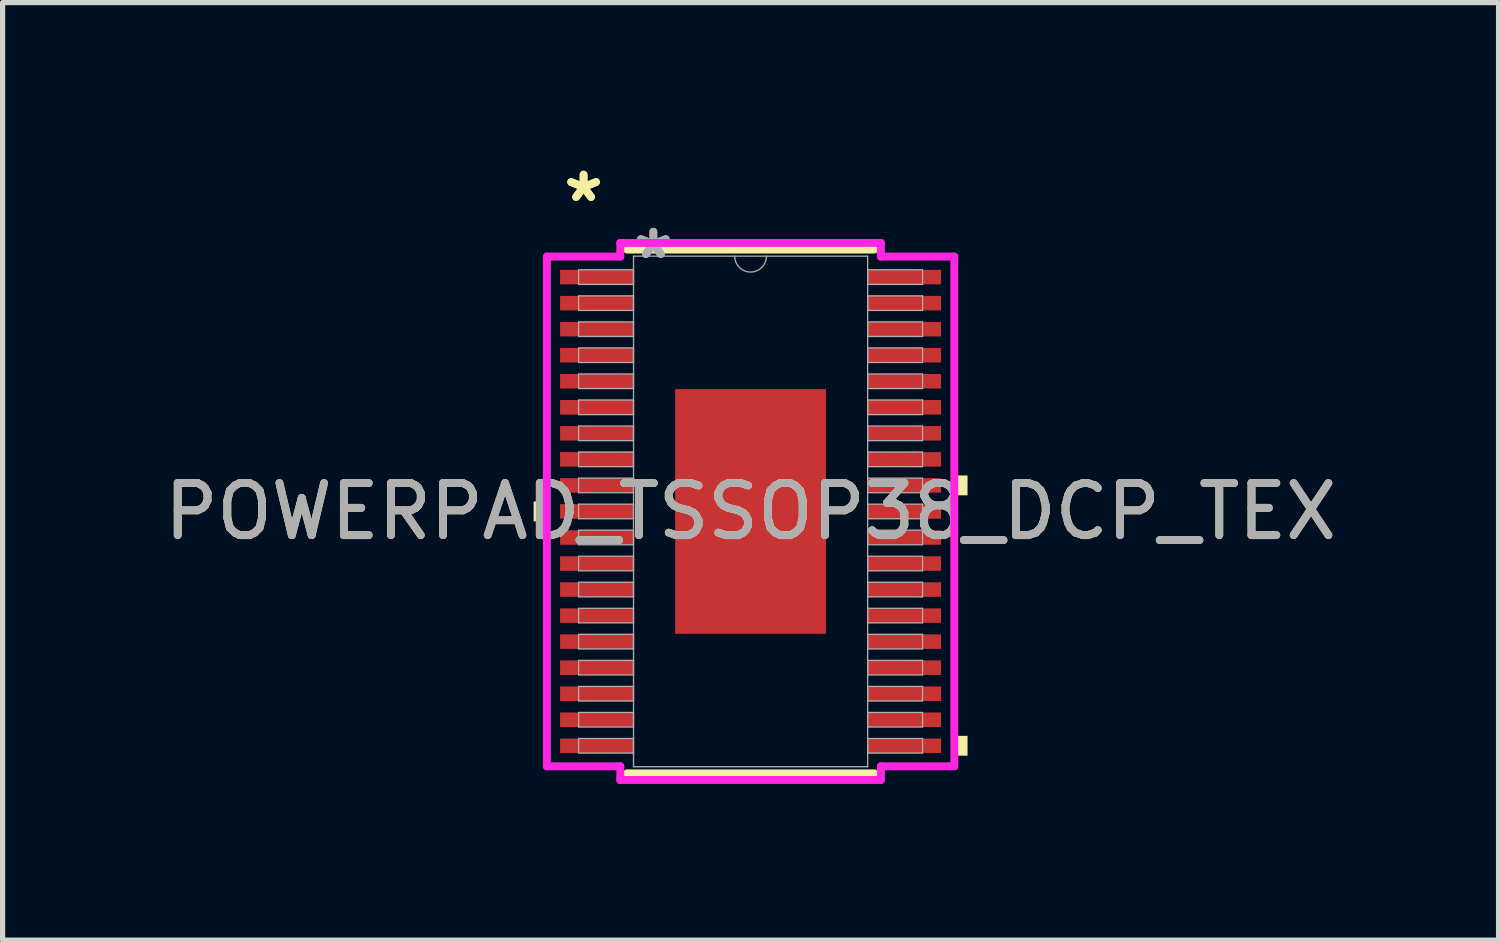
<source format=kicad_pcb>
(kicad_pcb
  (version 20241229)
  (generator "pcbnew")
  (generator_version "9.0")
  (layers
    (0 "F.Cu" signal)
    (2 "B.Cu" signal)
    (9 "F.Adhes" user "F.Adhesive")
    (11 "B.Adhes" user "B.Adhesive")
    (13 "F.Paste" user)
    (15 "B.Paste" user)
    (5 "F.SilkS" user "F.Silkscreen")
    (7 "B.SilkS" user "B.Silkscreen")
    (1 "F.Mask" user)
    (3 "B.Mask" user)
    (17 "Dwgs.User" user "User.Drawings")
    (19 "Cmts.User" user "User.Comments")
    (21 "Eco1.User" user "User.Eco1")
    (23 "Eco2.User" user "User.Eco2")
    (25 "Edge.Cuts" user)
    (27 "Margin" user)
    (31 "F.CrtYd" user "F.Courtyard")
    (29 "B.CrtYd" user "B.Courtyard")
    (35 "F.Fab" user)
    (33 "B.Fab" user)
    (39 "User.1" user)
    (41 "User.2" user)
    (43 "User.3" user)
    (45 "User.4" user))
  (footprint "POWERPAD_TSSOP38_DCP_TEX"
    (layer "F.Cu")
    (at 11.363 6.771)
    (property "Reference" "POWERPAD_TSSOP38_DCP_TEX" (at 0 0 0) (unlocked yes) (layer "F.SilkS") (effects (font (size 1 1) (thickness 0.15))))
    (attr smd)
    (fp_line (start -2.375 5.029) (end 2.375 5.029) (stroke (width 0.152) (type solid)) (layer "F.SilkS"))
    (fp_line (start 2.375 -5.029) (end -2.375 -5.029) (stroke (width 0.152) (type solid)) (layer "F.SilkS"))
    (fp_poly (pts (xy -4.166 -0.191) (xy -4.166 0.191) (xy -3.912 0.191) (xy -3.912 -0.191)) (stroke (width 0) (type solid)) (fill yes) (layer "F.SilkS"))
    (fp_poly (pts (xy 4.166 -0.691) (xy 4.166 -0.31) (xy 3.912 -0.31) (xy 3.912 -0.691)) (stroke (width 0) (type solid)) (fill yes) (layer "F.SilkS"))
    (fp_poly (pts (xy 4.166 4.309) (xy 4.166 4.69) (xy 3.912 4.69) (xy 3.912 4.309)) (stroke (width 0) (type solid)) (fill yes) (layer "F.SilkS"))
    (fp_poly (pts (xy -1.348 -2.249) (xy -1.348 -0.883) (xy -0.1 -0.883) (xy -0.1 -2.249)) (stroke (width 0) (type solid)) (fill yes) (layer "F.Paste"))
    (fp_poly (pts (xy -1.348 -0.683) (xy -1.348 0.683) (xy -0.1 0.683) (xy -0.1 -0.683)) (stroke (width 0) (type solid)) (fill yes) (layer "F.Paste"))
    (fp_poly (pts (xy -1.348 0.883) (xy -1.348 2.249) (xy -0.1 2.249) (xy -0.1 0.883)) (stroke (width 0) (type solid)) (fill yes) (layer "F.Paste"))
    (fp_poly (pts (xy 0.1 -2.249) (xy 0.1 -0.883) (xy 1.348 -0.883) (xy 1.348 -2.249)) (stroke (width 0) (type solid)) (fill yes) (layer "F.Paste"))
    (fp_poly (pts (xy 0.1 -0.683) (xy 0.1 0.683) (xy 1.348 0.683) (xy 1.348 -0.683)) (stroke (width 0) (type solid)) (fill yes) (layer "F.Paste"))
    (fp_poly (pts (xy 0.1 0.883) (xy 0.1 2.249) (xy 1.348 2.249) (xy 1.348 0.883)) (stroke (width 0) (type solid)) (fill yes) (layer "F.Paste"))
    (fp_line (start -3.912 -4.894) (end -2.502 -4.894) (stroke (width 0.152) (type solid)) (layer "F.CrtYd"))
    (fp_line (start -3.912 4.894) (end -3.912 -4.894) (stroke (width 0.152) (type solid)) (layer "F.CrtYd"))
    (fp_line (start -3.912 4.894) (end -2.502 4.894) (stroke (width 0.152) (type solid)) (layer "F.CrtYd"))
    (fp_line (start -2.502 -5.156) (end 2.502 -5.156) (stroke (width 0.152) (type solid)) (layer "F.CrtYd"))
    (fp_line (start -2.502 -4.894) (end -2.502 -5.156) (stroke (width 0.152) (type solid)) (layer "F.CrtYd"))
    (fp_line (start -2.502 5.156) (end -2.502 4.894) (stroke (width 0.152) (type solid)) (layer "F.CrtYd"))
    (fp_line (start 2.502 -5.156) (end 2.502 -4.894) (stroke (width 0.152) (type solid)) (layer "F.CrtYd"))
    (fp_line (start 2.502 4.894) (end 2.502 5.156) (stroke (width 0.152) (type solid)) (layer "F.CrtYd"))
    (fp_line (start 2.502 5.156) (end -2.502 5.156) (stroke (width 0.152) (type solid)) (layer "F.CrtYd"))
    (fp_line (start 3.912 -4.894) (end 2.502 -4.894) (stroke (width 0.152) (type solid)) (layer "F.CrtYd"))
    (fp_line (start 3.912 -4.894) (end 3.912 4.894) (stroke (width 0.152) (type solid)) (layer "F.CrtYd"))
    (fp_line (start 3.912 4.894) (end 2.502 4.894) (stroke (width 0.152) (type solid)) (layer "F.CrtYd"))
    (fp_line (start -3.302 -4.64) (end -3.302 -4.36) (stroke (width 0.025) (type solid)) (layer "F.Fab"))
    (fp_line (start -3.302 -4.36) (end -2.248 -4.36) (stroke (width 0.025) (type solid)) (layer "F.Fab"))
    (fp_line (start -3.302 -4.14) (end -3.302 -3.86) (stroke (width 0.025) (type solid)) (layer "F.Fab"))
    (fp_line (start -3.302 -3.86) (end -2.248 -3.86) (stroke (width 0.025) (type solid)) (layer "F.Fab"))
    (fp_line (start -3.302 -3.64) (end -3.302 -3.36) (stroke (width 0.025) (type solid)) (layer "F.Fab"))
    (fp_line (start -3.302 -3.36) (end -2.248 -3.36) (stroke (width 0.025) (type solid)) (layer "F.Fab"))
    (fp_line (start -3.302 -3.14) (end -3.302 -2.86) (stroke (width 0.025) (type solid)) (layer "F.Fab"))
    (fp_line (start -3.302 -2.86) (end -2.248 -2.86) (stroke (width 0.025) (type solid)) (layer "F.Fab"))
    (fp_line (start -3.302 -2.64) (end -3.302 -2.36) (stroke (width 0.025) (type solid)) (layer "F.Fab"))
    (fp_line (start -3.302 -2.36) (end -2.248 -2.36) (stroke (width 0.025) (type solid)) (layer "F.Fab"))
    (fp_line (start -3.302 -2.14) (end -3.302 -1.86) (stroke (width 0.025) (type solid)) (layer "F.Fab"))
    (fp_line (start -3.302 -1.86) (end -2.248 -1.86) (stroke (width 0.025) (type solid)) (layer "F.Fab"))
    (fp_line (start -3.302 -1.64) (end -3.302 -1.36) (stroke (width 0.025) (type solid)) (layer "F.Fab"))
    (fp_line (start -3.302 -1.36) (end -2.248 -1.36) (stroke (width 0.025) (type solid)) (layer "F.Fab"))
    (fp_line (start -3.302 -1.14) (end -3.302 -0.86) (stroke (width 0.025) (type solid)) (layer "F.Fab"))
    (fp_line (start -3.302 -0.86) (end -2.248 -0.86) (stroke (width 0.025) (type solid)) (layer "F.Fab"))
    (fp_line (start -3.302 -0.64) (end -3.302 -0.36) (stroke (width 0.025) (type solid)) (layer "F.Fab"))
    (fp_line (start -3.302 -0.36) (end -2.248 -0.36) (stroke (width 0.025) (type solid)) (layer "F.Fab"))
    (fp_line (start -3.302 -0.14) (end -3.302 0.14) (stroke (width 0.025) (type solid)) (layer "F.Fab"))
    (fp_line (start -3.302 0.14) (end -2.248 0.14) (stroke (width 0.025) (type solid)) (layer "F.Fab"))
    (fp_line (start -3.302 0.36) (end -3.302 0.64) (stroke (width 0.025) (type solid)) (layer "F.Fab"))
    (fp_line (start -3.302 0.64) (end -2.248 0.64) (stroke (width 0.025) (type solid)) (layer "F.Fab"))
    (fp_line (start -3.302 0.86) (end -3.302 1.14) (stroke (width 0.025) (type solid)) (layer "F.Fab"))
    (fp_line (start -3.302 1.14) (end -2.248 1.14) (stroke (width 0.025) (type solid)) (layer "F.Fab"))
    (fp_line (start -3.302 1.36) (end -3.302 1.64) (stroke (width 0.025) (type solid)) (layer "F.Fab"))
    (fp_line (start -3.302 1.64) (end -2.248 1.64) (stroke (width 0.025) (type solid)) (layer "F.Fab"))
    (fp_line (start -3.302 1.86) (end -3.302 2.14) (stroke (width 0.025) (type solid)) (layer "F.Fab"))
    (fp_line (start -3.302 2.14) (end -2.248 2.14) (stroke (width 0.025) (type solid)) (layer "F.Fab"))
    (fp_line (start -3.302 2.36) (end -3.302 2.64) (stroke (width 0.025) (type solid)) (layer "F.Fab"))
    (fp_line (start -3.302 2.64) (end -2.248 2.64) (stroke (width 0.025) (type solid)) (layer "F.Fab"))
    (fp_line (start -3.302 2.86) (end -3.302 3.14) (stroke (width 0.025) (type solid)) (layer "F.Fab"))
    (fp_line (start -3.302 3.14) (end -2.248 3.14) (stroke (width 0.025) (type solid)) (layer "F.Fab"))
    (fp_line (start -3.302 3.36) (end -3.302 3.64) (stroke (width 0.025) (type solid)) (layer "F.Fab"))
    (fp_line (start -3.302 3.64) (end -2.248 3.64) (stroke (width 0.025) (type solid)) (layer "F.Fab"))
    (fp_line (start -3.302 3.86) (end -3.302 4.14) (stroke (width 0.025) (type solid)) (layer "F.Fab"))
    (fp_line (start -3.302 4.14) (end -2.248 4.14) (stroke (width 0.025) (type solid)) (layer "F.Fab"))
    (fp_line (start -3.302 4.36) (end -3.302 4.64) (stroke (width 0.025) (type solid)) (layer "F.Fab"))
    (fp_line (start -3.302 4.64) (end -2.248 4.64) (stroke (width 0.025) (type solid)) (layer "F.Fab"))
    (fp_line (start -2.248 -4.902) (end -2.248 4.902) (stroke (width 0.025) (type solid)) (layer "F.Fab"))
    (fp_line (start -2.248 -4.64) (end -3.302 -4.64) (stroke (width 0.025) (type solid)) (layer "F.Fab"))
    (fp_line (start -2.248 -4.36) (end -2.248 -4.64) (stroke (width 0.025) (type solid)) (layer "F.Fab"))
    (fp_line (start -2.248 -4.14) (end -3.302 -4.14) (stroke (width 0.025) (type solid)) (layer "F.Fab"))
    (fp_line (start -2.248 -3.86) (end -2.248 -4.14) (stroke (width 0.025) (type solid)) (layer "F.Fab"))
    (fp_line (start -2.248 -3.64) (end -3.302 -3.64) (stroke (width 0.025) (type solid)) (layer "F.Fab"))
    (fp_line (start -2.248 -3.36) (end -2.248 -3.64) (stroke (width 0.025) (type solid)) (layer "F.Fab"))
    (fp_line (start -2.248 -3.14) (end -3.302 -3.14) (stroke (width 0.025) (type solid)) (layer "F.Fab"))
    (fp_line (start -2.248 -2.86) (end -2.248 -3.14) (stroke (width 0.025) (type solid)) (layer "F.Fab"))
    (fp_line (start -2.248 -2.64) (end -3.302 -2.64) (stroke (width 0.025) (type solid)) (layer "F.Fab"))
    (fp_line (start -2.248 -2.36) (end -2.248 -2.64) (stroke (width 0.025) (type solid)) (layer "F.Fab"))
    (fp_line (start -2.248 -2.14) (end -3.302 -2.14) (stroke (width 0.025) (type solid)) (layer "F.Fab"))
    (fp_line (start -2.248 -1.86) (end -2.248 -2.14) (stroke (width 0.025) (type solid)) (layer "F.Fab"))
    (fp_line (start -2.248 -1.64) (end -3.302 -1.64) (stroke (width 0.025) (type solid)) (layer "F.Fab"))
    (fp_line (start -2.248 -1.36) (end -2.248 -1.64) (stroke (width 0.025) (type solid)) (layer "F.Fab"))
    (fp_line (start -2.248 -1.14) (end -3.302 -1.14) (stroke (width 0.025) (type solid)) (layer "F.Fab"))
    (fp_line (start -2.248 -0.86) (end -2.248 -1.14) (stroke (width 0.025) (type solid)) (layer "F.Fab"))
    (fp_line (start -2.248 -0.64) (end -3.302 -0.64) (stroke (width 0.025) (type solid)) (layer "F.Fab"))
    (fp_line (start -2.248 -0.36) (end -2.248 -0.64) (stroke (width 0.025) (type solid)) (layer "F.Fab"))
    (fp_line (start -2.248 -0.14) (end -3.302 -0.14) (stroke (width 0.025) (type solid)) (layer "F.Fab"))
    (fp_line (start -2.248 0.14) (end -2.248 -0.14) (stroke (width 0.025) (type solid)) (layer "F.Fab"))
    (fp_line (start -2.248 0.36) (end -3.302 0.36) (stroke (width 0.025) (type solid)) (layer "F.Fab"))
    (fp_line (start -2.248 0.64) (end -2.248 0.36) (stroke (width 0.025) (type solid)) (layer "F.Fab"))
    (fp_line (start -2.248 0.86) (end -3.302 0.86) (stroke (width 0.025) (type solid)) (layer "F.Fab"))
    (fp_line (start -2.248 1.14) (end -2.248 0.86) (stroke (width 0.025) (type solid)) (layer "F.Fab"))
    (fp_line (start -2.248 1.36) (end -3.302 1.36) (stroke (width 0.025) (type solid)) (layer "F.Fab"))
    (fp_line (start -2.248 1.64) (end -2.248 1.36) (stroke (width 0.025) (type solid)) (layer "F.Fab"))
    (fp_line (start -2.248 1.86) (end -3.302 1.86) (stroke (width 0.025) (type solid)) (layer "F.Fab"))
    (fp_line (start -2.248 2.14) (end -2.248 1.86) (stroke (width 0.025) (type solid)) (layer "F.Fab"))
    (fp_line (start -2.248 2.36) (end -3.302 2.36) (stroke (width 0.025) (type solid)) (layer "F.Fab"))
    (fp_line (start -2.248 2.64) (end -2.248 2.36) (stroke (width 0.025) (type solid)) (layer "F.Fab"))
    (fp_line (start -2.248 2.86) (end -3.302 2.86) (stroke (width 0.025) (type solid)) (layer "F.Fab"))
    (fp_line (start -2.248 3.14) (end -2.248 2.86) (stroke (width 0.025) (type solid)) (layer "F.Fab"))
    (fp_line (start -2.248 3.36) (end -3.302 3.36) (stroke (width 0.025) (type solid)) (layer "F.Fab"))
    (fp_line (start -2.248 3.64) (end -2.248 3.36) (stroke (width 0.025) (type solid)) (layer "F.Fab"))
    (fp_line (start -2.248 3.86) (end -3.302 3.86) (stroke (width 0.025) (type solid)) (layer "F.Fab"))
    (fp_line (start -2.248 4.14) (end -2.248 3.86) (stroke (width 0.025) (type solid)) (layer "F.Fab"))
    (fp_line (start -2.248 4.36) (end -3.302 4.36) (stroke (width 0.025) (type solid)) (layer "F.Fab"))
    (fp_line (start -2.248 4.64) (end -2.248 4.36) (stroke (width 0.025) (type solid)) (layer "F.Fab"))
    (fp_line (start -2.248 4.902) (end 2.248 4.902) (stroke (width 0.025) (type solid)) (layer "F.Fab"))
    (fp_line (start 2.248 -4.902) (end -2.248 -4.902) (stroke (width 0.025) (type solid)) (layer "F.Fab"))
    (fp_line (start 2.248 -4.64) (end 2.248 -4.36) (stroke (width 0.025) (type solid)) (layer "F.Fab"))
    (fp_line (start 2.248 -4.36) (end 3.302 -4.36) (stroke (width 0.025) (type solid)) (layer "F.Fab"))
    (fp_line (start 2.248 -4.14) (end 2.248 -3.86) (stroke (width 0.025) (type solid)) (layer "F.Fab"))
    (fp_line (start 2.248 -3.86) (end 3.302 -3.86) (stroke (width 0.025) (type solid)) (layer "F.Fab"))
    (fp_line (start 2.248 -3.64) (end 2.248 -3.36) (stroke (width 0.025) (type solid)) (layer "F.Fab"))
    (fp_line (start 2.248 -3.36) (end 3.302 -3.36) (stroke (width 0.025) (type solid)) (layer "F.Fab"))
    (fp_line (start 2.248 -3.14) (end 2.248 -2.86) (stroke (width 0.025) (type solid)) (layer "F.Fab"))
    (fp_line (start 2.248 -2.86) (end 3.302 -2.86) (stroke (width 0.025) (type solid)) (layer "F.Fab"))
    (fp_line (start 2.248 -2.64) (end 2.248 -2.36) (stroke (width 0.025) (type solid)) (layer "F.Fab"))
    (fp_line (start 2.248 -2.36) (end 3.302 -2.36) (stroke (width 0.025) (type solid)) (layer "F.Fab"))
    (fp_line (start 2.248 -2.14) (end 2.248 -1.86) (stroke (width 0.025) (type solid)) (layer "F.Fab"))
    (fp_line (start 2.248 -1.86) (end 3.302 -1.86) (stroke (width 0.025) (type solid)) (layer "F.Fab"))
    (fp_line (start 2.248 -1.64) (end 2.248 -1.36) (stroke (width 0.025) (type solid)) (layer "F.Fab"))
    (fp_line (start 2.248 -1.36) (end 3.302 -1.36) (stroke (width 0.025) (type solid)) (layer "F.Fab"))
    (fp_line (start 2.248 -1.14) (end 2.248 -0.86) (stroke (width 0.025) (type solid)) (layer "F.Fab"))
    (fp_line (start 2.248 -0.86) (end 3.302 -0.86) (stroke (width 0.025) (type solid)) (layer "F.Fab"))
    (fp_line (start 2.248 -0.64) (end 2.248 -0.36) (stroke (width 0.025) (type solid)) (layer "F.Fab"))
    (fp_line (start 2.248 -0.36) (end 3.302 -0.36) (stroke (width 0.025) (type solid)) (layer "F.Fab"))
    (fp_line (start 2.248 -0.14) (end 2.248 0.14) (stroke (width 0.025) (type solid)) (layer "F.Fab"))
    (fp_line (start 2.248 0.14) (end 3.302 0.14) (stroke (width 0.025) (type solid)) (layer "F.Fab"))
    (fp_line (start 2.248 0.36) (end 2.248 0.64) (stroke (width 0.025) (type solid)) (layer "F.Fab"))
    (fp_line (start 2.248 0.64) (end 3.302 0.64) (stroke (width 0.025) (type solid)) (layer "F.Fab"))
    (fp_line (start 2.248 0.86) (end 2.248 1.14) (stroke (width 0.025) (type solid)) (layer "F.Fab"))
    (fp_line (start 2.248 1.14) (end 3.302 1.14) (stroke (width 0.025) (type solid)) (layer "F.Fab"))
    (fp_line (start 2.248 1.36) (end 2.248 1.64) (stroke (width 0.025) (type solid)) (layer "F.Fab"))
    (fp_line (start 2.248 1.64) (end 3.302 1.64) (stroke (width 0.025) (type solid)) (layer "F.Fab"))
    (fp_line (start 2.248 1.86) (end 2.248 2.14) (stroke (width 0.025) (type solid)) (layer "F.Fab"))
    (fp_line (start 2.248 2.14) (end 3.302 2.14) (stroke (width 0.025) (type solid)) (layer "F.Fab"))
    (fp_line (start 2.248 2.36) (end 2.248 2.64) (stroke (width 0.025) (type solid)) (layer "F.Fab"))
    (fp_line (start 2.248 2.64) (end 3.302 2.64) (stroke (width 0.025) (type solid)) (layer "F.Fab"))
    (fp_line (start 2.248 2.86) (end 2.248 3.14) (stroke (width 0.025) (type solid)) (layer "F.Fab"))
    (fp_line (start 2.248 3.14) (end 3.302 3.14) (stroke (width 0.025) (type solid)) (layer "F.Fab"))
    (fp_line (start 2.248 3.36) (end 2.248 3.64) (stroke (width 0.025) (type solid)) (layer "F.Fab"))
    (fp_line (start 2.248 3.64) (end 3.302 3.64) (stroke (width 0.025) (type solid)) (layer "F.Fab"))
    (fp_line (start 2.248 3.86) (end 2.248 4.14) (stroke (width 0.025) (type solid)) (layer "F.Fab"))
    (fp_line (start 2.248 4.14) (end 3.302 4.14) (stroke (width 0.025) (type solid)) (layer "F.Fab"))
    (fp_line (start 2.248 4.36) (end 2.248 4.64) (stroke (width 0.025) (type solid)) (layer "F.Fab"))
    (fp_line (start 2.248 4.64) (end 3.302 4.64) (stroke (width 0.025) (type solid)) (layer "F.Fab"))
    (fp_line (start 2.248 4.902) (end 2.248 -4.902) (stroke (width 0.025) (type solid)) (layer "F.Fab"))
    (fp_line (start 3.302 -4.64) (end 2.248 -4.64) (stroke (width 0.025) (type solid)) (layer "F.Fab"))
    (fp_line (start 3.302 -4.36) (end 3.302 -4.64) (stroke (width 0.025) (type solid)) (layer "F.Fab"))
    (fp_line (start 3.302 -4.14) (end 2.248 -4.14) (stroke (width 0.025) (type solid)) (layer "F.Fab"))
    (fp_line (start 3.302 -3.86) (end 3.302 -4.14) (stroke (width 0.025) (type solid)) (layer "F.Fab"))
    (fp_line (start 3.302 -3.64) (end 2.248 -3.64) (stroke (width 0.025) (type solid)) (layer "F.Fab"))
    (fp_line (start 3.302 -3.36) (end 3.302 -3.64) (stroke (width 0.025) (type solid)) (layer "F.Fab"))
    (fp_line (start 3.302 -3.14) (end 2.248 -3.14) (stroke (width 0.025) (type solid)) (layer "F.Fab"))
    (fp_line (start 3.302 -2.86) (end 3.302 -3.14) (stroke (width 0.025) (type solid)) (layer "F.Fab"))
    (fp_line (start 3.302 -2.64) (end 2.248 -2.64) (stroke (width 0.025) (type solid)) (layer "F.Fab"))
    (fp_line (start 3.302 -2.36) (end 3.302 -2.64) (stroke (width 0.025) (type solid)) (layer "F.Fab"))
    (fp_line (start 3.302 -2.14) (end 2.248 -2.14) (stroke (width 0.025) (type solid)) (layer "F.Fab"))
    (fp_line (start 3.302 -1.86) (end 3.302 -2.14) (stroke (width 0.025) (type solid)) (layer "F.Fab"))
    (fp_line (start 3.302 -1.64) (end 2.248 -1.64) (stroke (width 0.025) (type solid)) (layer "F.Fab"))
    (fp_line (start 3.302 -1.36) (end 3.302 -1.64) (stroke (width 0.025) (type solid)) (layer "F.Fab"))
    (fp_line (start 3.302 -1.14) (end 2.248 -1.14) (stroke (width 0.025) (type solid)) (layer "F.Fab"))
    (fp_line (start 3.302 -0.86) (end 3.302 -1.14) (stroke (width 0.025) (type solid)) (layer "F.Fab"))
    (fp_line (start 3.302 -0.64) (end 2.248 -0.64) (stroke (width 0.025) (type solid)) (layer "F.Fab"))
    (fp_line (start 3.302 -0.36) (end 3.302 -0.64) (stroke (width 0.025) (type solid)) (layer "F.Fab"))
    (fp_line (start 3.302 -0.14) (end 2.248 -0.14) (stroke (width 0.025) (type solid)) (layer "F.Fab"))
    (fp_line (start 3.302 0.14) (end 3.302 -0.14) (stroke (width 0.025) (type solid)) (layer "F.Fab"))
    (fp_line (start 3.302 0.36) (end 2.248 0.36) (stroke (width 0.025) (type solid)) (layer "F.Fab"))
    (fp_line (start 3.302 0.64) (end 3.302 0.36) (stroke (width 0.025) (type solid)) (layer "F.Fab"))
    (fp_line (start 3.302 0.86) (end 2.248 0.86) (stroke (width 0.025) (type solid)) (layer "F.Fab"))
    (fp_line (start 3.302 1.14) (end 3.302 0.86) (stroke (width 0.025) (type solid)) (layer "F.Fab"))
    (fp_line (start 3.302 1.36) (end 2.248 1.36) (stroke (width 0.025) (type solid)) (layer "F.Fab"))
    (fp_line (start 3.302 1.64) (end 3.302 1.36) (stroke (width 0.025) (type solid)) (layer "F.Fab"))
    (fp_line (start 3.302 1.86) (end 2.248 1.86) (stroke (width 0.025) (type solid)) (layer "F.Fab"))
    (fp_line (start 3.302 2.14) (end 3.302 1.86) (stroke (width 0.025) (type solid)) (layer "F.Fab"))
    (fp_line (start 3.302 2.36) (end 2.248 2.36) (stroke (width 0.025) (type solid)) (layer "F.Fab"))
    (fp_line (start 3.302 2.64) (end 3.302 2.36) (stroke (width 0.025) (type solid)) (layer "F.Fab"))
    (fp_line (start 3.302 2.86) (end 2.248 2.86) (stroke (width 0.025) (type solid)) (layer "F.Fab"))
    (fp_line (start 3.302 3.14) (end 3.302 2.86) (stroke (width 0.025) (type solid)) (layer "F.Fab"))
    (fp_line (start 3.302 3.36) (end 2.248 3.36) (stroke (width 0.025) (type solid)) (layer "F.Fab"))
    (fp_line (start 3.302 3.64) (end 3.302 3.36) (stroke (width 0.025) (type solid)) (layer "F.Fab"))
    (fp_line (start 3.302 3.86) (end 2.248 3.86) (stroke (width 0.025) (type solid)) (layer "F.Fab"))
    (fp_line (start 3.302 4.14) (end 3.302 3.86) (stroke (width 0.025) (type solid)) (layer "F.Fab"))
    (fp_line (start 3.302 4.36) (end 2.248 4.36) (stroke (width 0.025) (type solid)) (layer "F.Fab"))
    (fp_line (start 3.302 4.64) (end 3.302 4.36) (stroke (width 0.025) (type solid)) (layer "F.Fab"))
    (fp_arc (start 0.3048 -4.9022) (mid 0 -4.5974) (end -0.3048 -4.9022) (stroke (width 0.0254) (type solid)) (layer "F.Fab"))
    (fp_text user "*" (at -3.207 -5.922 0) (layer "F.SilkS") (effects (font (size 1 1) (thickness 0.15))))
    (fp_text user "*" (at -3.207 -5.922 0) (unlocked yes) (layer "F.SilkS") (effects (font (size 1 1) (thickness 0.15))))
    (fp_text user "*" (at -1.867 -4.826 0) (layer "F.Fab") (effects (font (size 1 1) (thickness 0.15))))
    (fp_text user "*" (at -1.867 -4.826 0) (unlocked yes) (layer "F.Fab") (effects (font (size 1 1) (thickness 0.15))))
    (fp_text user "${REFERENCE}" (at 0 0 0) (unlocked yes) (layer "F.Fab") (effects (font (size 1 1) (thickness 0.15))))
    (pad "1" smd rect (at -2.953 -4.5) (size 1.41 0.279) (layers "F.Cu" "F.Mask" "F.Paste"))
    (pad "2" smd rect (at -2.953 -4) (size 1.41 0.279) (layers "F.Cu" "F.Mask" "F.Paste"))
    (pad "3" smd rect (at -2.953 -3.5) (size 1.41 0.279) (layers "F.Cu" "F.Mask" "F.Paste"))
    (pad "4" smd rect (at -2.953 -3) (size 1.41 0.279) (layers "F.Cu" "F.Mask" "F.Paste"))
    (pad "5" smd rect (at -2.953 -2.5) (size 1.41 0.279) (layers "F.Cu" "F.Mask" "F.Paste"))
    (pad "6" smd rect (at -2.953 -2) (size 1.41 0.279) (layers "F.Cu" "F.Mask" "F.Paste"))
    (pad "7" smd rect (at -2.953 -1.5) (size 1.41 0.279) (layers "F.Cu" "F.Mask" "F.Paste"))
    (pad "8" smd rect (at -2.953 -1) (size 1.41 0.279) (layers "F.Cu" "F.Mask" "F.Paste"))
    (pad "9" smd rect (at -2.953 -0.5) (size 1.41 0.279) (layers "F.Cu" "F.Mask" "F.Paste"))
    (pad "10" smd rect (at -2.953 0) (size 1.41 0.279) (layers "F.Cu" "F.Mask" "F.Paste"))
    (pad "11" smd rect (at -2.953 0.5) (size 1.41 0.279) (layers "F.Cu" "F.Mask" "F.Paste"))
    (pad "12" smd rect (at -2.953 1) (size 1.41 0.279) (layers "F.Cu" "F.Mask" "F.Paste"))
    (pad "13" smd rect (at -2.953 1.5) (size 1.41 0.279) (layers "F.Cu" "F.Mask" "F.Paste"))
    (pad "14" smd rect (at -2.953 2) (size 1.41 0.279) (layers "F.Cu" "F.Mask" "F.Paste"))
    (pad "15" smd rect (at -2.953 2.5) (size 1.41 0.279) (layers "F.Cu" "F.Mask" "F.Paste"))
    (pad "16" smd rect (at -2.953 3) (size 1.41 0.279) (layers "F.Cu" "F.Mask" "F.Paste"))
    (pad "17" smd rect (at -2.953 3.5) (size 1.41 0.279) (layers "F.Cu" "F.Mask" "F.Paste"))
    (pad "18" smd rect (at -2.953 4) (size 1.41 0.279) (layers "F.Cu" "F.Mask" "F.Paste"))
    (pad "19" smd rect (at -2.953 4.5) (size 1.41 0.279) (layers "F.Cu" "F.Mask" "F.Paste"))
    (pad "20" smd rect (at 2.953 4.5) (size 1.41 0.279) (layers "F.Cu" "F.Mask" "F.Paste"))
    (pad "21" smd rect (at 2.953 4) (size 1.41 0.279) (layers "F.Cu" "F.Mask" "F.Paste"))
    (pad "22" smd rect (at 2.953 3.5) (size 1.41 0.279) (layers "F.Cu" "F.Mask" "F.Paste"))
    (pad "23" smd rect (at 2.953 3) (size 1.41 0.279) (layers "F.Cu" "F.Mask" "F.Paste"))
    (pad "24" smd rect (at 2.953 2.5) (size 1.41 0.279) (layers "F.Cu" "F.Mask" "F.Paste"))
    (pad "25" smd rect (at 2.953 2) (size 1.41 0.279) (layers "F.Cu" "F.Mask" "F.Paste"))
    (pad "26" smd rect (at 2.953 1.5) (size 1.41 0.279) (layers "F.Cu" "F.Mask" "F.Paste"))
    (pad "27" smd rect (at 2.953 1) (size 1.41 0.279) (layers "F.Cu" "F.Mask" "F.Paste"))
    (pad "28" smd rect (at 2.953 0.5) (size 1.41 0.279) (layers "F.Cu" "F.Mask" "F.Paste"))
    (pad "29" smd rect (at 2.953 0) (size 1.41 0.279) (layers "F.Cu" "F.Mask" "F.Paste"))
    (pad "30" smd rect (at 2.953 -0.5) (size 1.41 0.279) (layers "F.Cu" "F.Mask" "F.Paste"))
    (pad "31" smd rect (at 2.953 -1) (size 1.41 0.279) (layers "F.Cu" "F.Mask" "F.Paste"))
    (pad "32" smd rect (at 2.953 -1.5) (size 1.41 0.279) (layers "F.Cu" "F.Mask" "F.Paste"))
    (pad "33" smd rect (at 2.953 -2) (size 1.41 0.279) (layers "F.Cu" "F.Mask" "F.Paste"))
    (pad "34" smd rect (at 2.953 -2.5) (size 1.41 0.279) (layers "F.Cu" "F.Mask" "F.Paste"))
    (pad "35" smd rect (at 2.953 -3) (size 1.41 0.279) (layers "F.Cu" "F.Mask" "F.Paste"))
    (pad "36" smd rect (at 2.953 -3.5) (size 1.41 0.279) (layers "F.Cu" "F.Mask" "F.Paste"))
    (pad "37" smd rect (at 2.953 -4) (size 1.41 0.279) (layers "F.Cu" "F.Mask" "F.Paste"))
    (pad "38" smd rect (at 2.953 -4.5) (size 1.41 0.279) (layers "F.Cu" "F.Mask" "F.Paste"))
    (pad "EPAD" smd rect (at 0 0) (size 2.896 4.699) (layers "F.Cu" "F.Mask")))
  (gr_rect
    (start -3 -3)
    (end 25.726 15.003)
    (stroke (width 0.1) (type default))
    (fill no)
    (layer "Edge.Cuts")))
</source>
